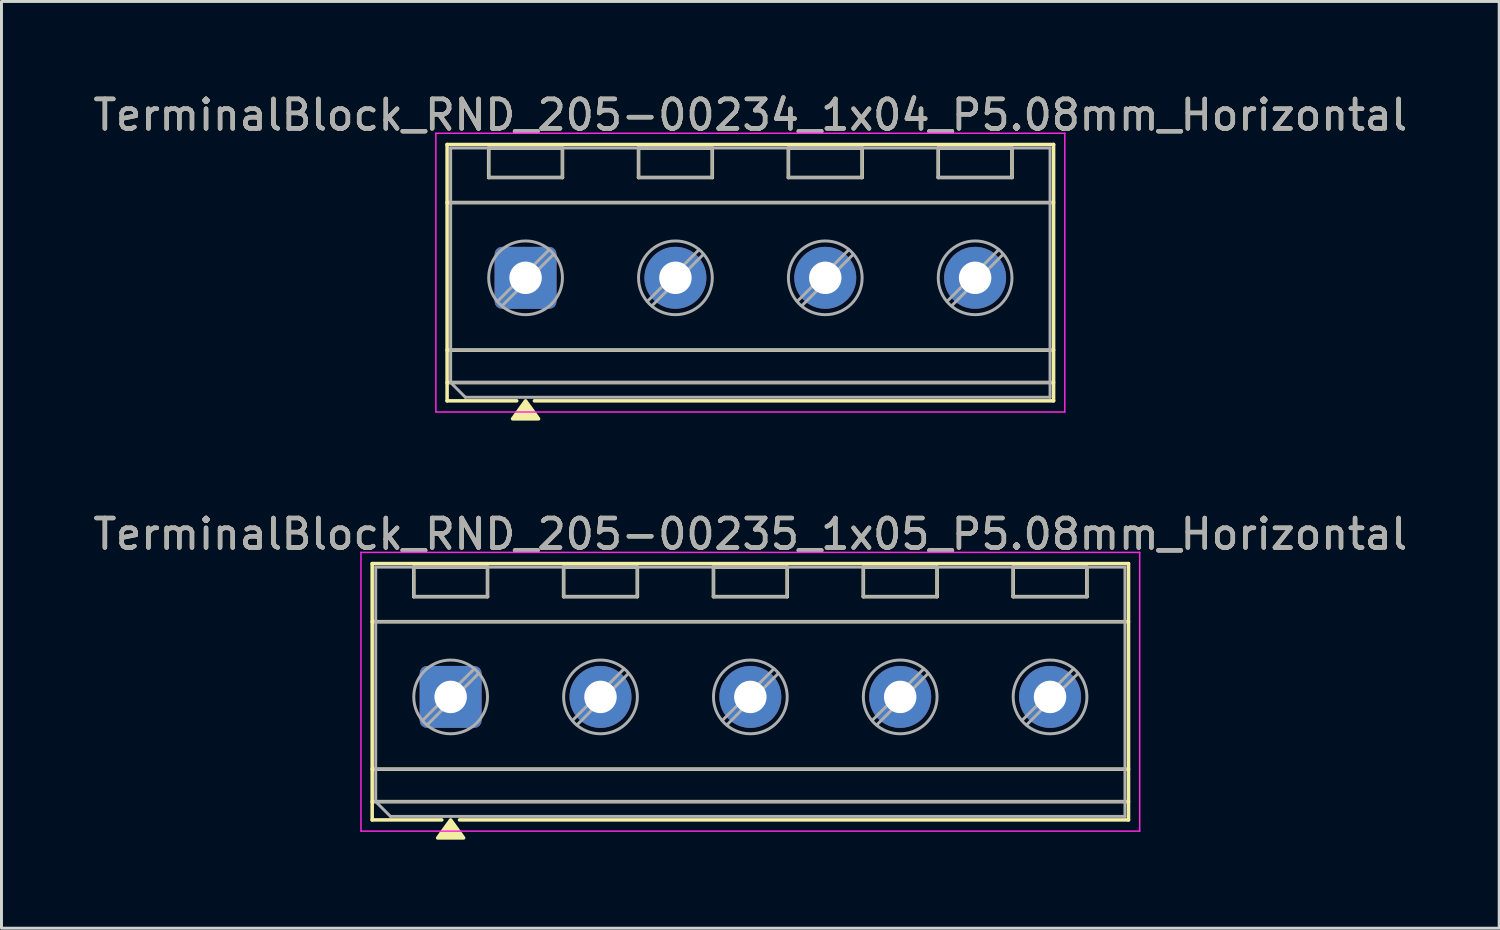
<source format=kicad_pcb>
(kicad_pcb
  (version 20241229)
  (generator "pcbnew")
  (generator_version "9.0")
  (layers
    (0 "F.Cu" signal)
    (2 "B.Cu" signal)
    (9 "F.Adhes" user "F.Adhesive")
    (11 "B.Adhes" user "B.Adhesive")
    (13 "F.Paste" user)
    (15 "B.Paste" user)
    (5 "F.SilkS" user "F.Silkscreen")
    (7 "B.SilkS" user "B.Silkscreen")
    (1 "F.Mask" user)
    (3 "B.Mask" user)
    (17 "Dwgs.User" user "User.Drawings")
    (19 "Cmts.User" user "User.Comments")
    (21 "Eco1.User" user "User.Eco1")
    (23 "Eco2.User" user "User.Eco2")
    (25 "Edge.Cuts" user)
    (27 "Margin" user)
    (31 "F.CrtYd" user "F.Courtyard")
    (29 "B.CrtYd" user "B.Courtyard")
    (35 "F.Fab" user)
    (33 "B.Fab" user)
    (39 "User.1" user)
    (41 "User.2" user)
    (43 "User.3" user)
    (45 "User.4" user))
  (footprint "TerminalBlock_RND_205-00234_1x04_P5.08mm_Horizontal"
    (layer "F.Cu")
    (at 14.767 6.368)
    (property "Reference" "TerminalBlock_RND_205-00234_1x04_P5.08mm_Horizontal" (at 7.62 -5.52 0) (layer "F.SilkS") (effects (font (size 1 1) (thickness 0.15))))
    (attr through_hole)
    (fp_line (start -2.66 -4.52) (end -2.66 4.17) (stroke (width 0.12) (type solid)) (layer "F.SilkS"))
    (fp_line (start -2.66 -4.52) (end 17.9 -4.52) (stroke (width 0.12) (type solid)) (layer "F.SilkS"))
    (fp_line (start -2.66 -2.55) (end 17.9 -2.55) (stroke (width 0.12) (type solid)) (layer "F.SilkS"))
    (fp_line (start -2.66 2.45) (end 17.9 2.45) (stroke (width 0.12) (type solid)) (layer "F.SilkS"))
    (fp_line (start -2.66 3.55) (end 17.9 3.55) (stroke (width 0.12) (type solid)) (layer "F.SilkS"))
    (fp_line (start -2.66 4.17) (end -0.3 4.17) (stroke (width 0.12) (type solid)) (layer "F.SilkS"))
    (fp_line (start -1.25 -4.4) (end -1.25 -3.4) (stroke (width 0.12) (type solid)) (layer "F.SilkS"))
    (fp_line (start -1.25 -4.4) (end 1.25 -4.4) (stroke (width 0.12) (type solid)) (layer "F.SilkS"))
    (fp_line (start -1.25 -3.4) (end 1.25 -3.4) (stroke (width 0.12) (type solid)) (layer "F.SilkS"))
    (fp_line (start 0.3 4.17) (end 17.9 4.17) (stroke (width 0.12) (type solid)) (layer "F.SilkS"))
    (fp_line (start 1.25 -4.4) (end 1.25 -3.4) (stroke (width 0.12) (type solid)) (layer "F.SilkS"))
    (fp_line (start 3.83 -4.4) (end 3.83 -3.4) (stroke (width 0.12) (type solid)) (layer "F.SilkS"))
    (fp_line (start 3.83 -4.4) (end 6.33 -4.4) (stroke (width 0.12) (type solid)) (layer "F.SilkS"))
    (fp_line (start 3.83 -3.4) (end 6.33 -3.4) (stroke (width 0.12) (type solid)) (layer "F.SilkS"))
    (fp_line (start 6.33 -4.4) (end 6.33 -3.4) (stroke (width 0.12) (type solid)) (layer "F.SilkS"))
    (fp_line (start 8.91 -4.4) (end 8.91 -3.4) (stroke (width 0.12) (type solid)) (layer "F.SilkS"))
    (fp_line (start 8.91 -4.4) (end 11.41 -4.4) (stroke (width 0.12) (type solid)) (layer "F.SilkS"))
    (fp_line (start 8.91 -3.4) (end 11.41 -3.4) (stroke (width 0.12) (type solid)) (layer "F.SilkS"))
    (fp_line (start 11.41 -4.4) (end 11.41 -3.4) (stroke (width 0.12) (type solid)) (layer "F.SilkS"))
    (fp_line (start 13.99 -4.4) (end 13.99 -3.4) (stroke (width 0.12) (type solid)) (layer "F.SilkS"))
    (fp_line (start 13.99 -4.4) (end 16.49 -4.4) (stroke (width 0.12) (type solid)) (layer "F.SilkS"))
    (fp_line (start 13.99 -3.4) (end 16.49 -3.4) (stroke (width 0.12) (type solid)) (layer "F.SilkS"))
    (fp_line (start 16.49 -4.4) (end 16.49 -3.4) (stroke (width 0.12) (type solid)) (layer "F.SilkS"))
    (fp_line (start 17.9 -4.52) (end 17.9 4.17) (stroke (width 0.12) (type solid)) (layer "F.SilkS"))
    (fp_poly (pts (xy 0 4.17) (xy 0.44 4.78) (xy -0.44 4.78)) (stroke (width 0.12) (type solid)) (fill yes) (layer "F.SilkS"))
    (fp_line (start -3.04 -4.9) (end -3.04 4.55) (stroke (width 0.05) (type solid)) (layer "F.CrtYd"))
    (fp_line (start -3.04 4.55) (end 18.28 4.55) (stroke (width 0.05) (type solid)) (layer "F.CrtYd"))
    (fp_line (start 18.28 -4.9) (end -3.04 -4.9) (stroke (width 0.05) (type solid)) (layer "F.CrtYd"))
    (fp_line (start 18.28 4.55) (end 18.28 -4.9) (stroke (width 0.05) (type solid)) (layer "F.CrtYd"))
    (fp_line (start -2.54 -4.4) (end 17.78 -4.4) (stroke (width 0.1) (type solid)) (layer "F.Fab"))
    (fp_line (start -2.54 -2.55) (end 17.78 -2.55) (stroke (width 0.1) (type solid)) (layer "F.Fab"))
    (fp_line (start -2.54 2.45) (end 17.78 2.45) (stroke (width 0.1) (type solid)) (layer "F.Fab"))
    (fp_line (start -2.54 3.55) (end -2.54 -4.4) (stroke (width 0.1) (type solid)) (layer "F.Fab"))
    (fp_line (start -2.54 3.55) (end 17.78 3.55) (stroke (width 0.1) (type solid)) (layer "F.Fab"))
    (fp_line (start -2.04 4.05) (end -2.54 3.55) (stroke (width 0.1) (type solid)) (layer "F.Fab"))
    (fp_line (start -1.25 -4.4) (end -1.25 -3.4) (stroke (width 0.1) (type solid)) (layer "F.Fab"))
    (fp_line (start -1.25 -3.4) (end 1.25 -3.4) (stroke (width 0.1) (type solid)) (layer "F.Fab"))
    (fp_line (start 0.795 -0.948) (end -0.948 0.795) (stroke (width 0.1) (type solid)) (layer "F.Fab"))
    (fp_line (start 0.948 -0.795) (end -0.795 0.948) (stroke (width 0.1) (type solid)) (layer "F.Fab"))
    (fp_line (start 1.25 -4.4) (end -1.25 -4.4) (stroke (width 0.1) (type solid)) (layer "F.Fab"))
    (fp_line (start 1.25 -3.4) (end 1.25 -4.4) (stroke (width 0.1) (type solid)) (layer "F.Fab"))
    (fp_line (start 3.83 -4.4) (end 3.83 -3.4) (stroke (width 0.1) (type solid)) (layer "F.Fab"))
    (fp_line (start 3.83 -3.4) (end 6.33 -3.4) (stroke (width 0.1) (type solid)) (layer "F.Fab"))
    (fp_line (start 5.875 -0.948) (end 4.132 0.795) (stroke (width 0.1) (type solid)) (layer "F.Fab"))
    (fp_line (start 6.028 -0.795) (end 4.285 0.948) (stroke (width 0.1) (type solid)) (layer "F.Fab"))
    (fp_line (start 6.33 -4.4) (end 3.83 -4.4) (stroke (width 0.1) (type solid)) (layer "F.Fab"))
    (fp_line (start 6.33 -3.4) (end 6.33 -4.4) (stroke (width 0.1) (type solid)) (layer "F.Fab"))
    (fp_line (start 8.91 -4.4) (end 8.91 -3.4) (stroke (width 0.1) (type solid)) (layer "F.Fab"))
    (fp_line (start 8.91 -3.4) (end 11.41 -3.4) (stroke (width 0.1) (type solid)) (layer "F.Fab"))
    (fp_line (start 10.955 -0.948) (end 9.212 0.795) (stroke (width 0.1) (type solid)) (layer "F.Fab"))
    (fp_line (start 11.108 -0.795) (end 9.365 0.948) (stroke (width 0.1) (type solid)) (layer "F.Fab"))
    (fp_line (start 11.41 -4.4) (end 8.91 -4.4) (stroke (width 0.1) (type solid)) (layer "F.Fab"))
    (fp_line (start 11.41 -3.4) (end 11.41 -4.4) (stroke (width 0.1) (type solid)) (layer "F.Fab"))
    (fp_line (start 13.99 -4.4) (end 13.99 -3.4) (stroke (width 0.1) (type solid)) (layer "F.Fab"))
    (fp_line (start 13.99 -3.4) (end 16.49 -3.4) (stroke (width 0.1) (type solid)) (layer "F.Fab"))
    (fp_line (start 16.035 -0.948) (end 14.292 0.795) (stroke (width 0.1) (type solid)) (layer "F.Fab"))
    (fp_line (start 16.188 -0.795) (end 14.445 0.948) (stroke (width 0.1) (type solid)) (layer "F.Fab"))
    (fp_line (start 16.49 -4.4) (end 13.99 -4.4) (stroke (width 0.1) (type solid)) (layer "F.Fab"))
    (fp_line (start 16.49 -3.4) (end 16.49 -4.4) (stroke (width 0.1) (type solid)) (layer "F.Fab"))
    (fp_line (start 17.78 -4.4) (end 17.78 4.05) (stroke (width 0.1) (type solid)) (layer "F.Fab"))
    (fp_line (start 17.78 4.05) (end -2.04 4.05) (stroke (width 0.1) (type solid)) (layer "F.Fab"))
    (fp_circle (center 0 0) (end 1.25 0) (stroke (width 0.1) (type solid)) (fill no) (layer "F.Fab"))
    (fp_circle (center 5.08 0) (end 6.33 0) (stroke (width 0.1) (type solid)) (fill no) (layer "F.Fab"))
    (fp_circle (center 10.16 0) (end 11.41 0) (stroke (width 0.1) (type solid)) (fill no) (layer "F.Fab"))
    (fp_circle (center 15.24 0) (end 16.49 0) (stroke (width 0.1) (type solid)) (fill no) (layer "F.Fab"))
    (fp_text user "${REFERENCE}" (at 7.62 -5.52 0) (layer "F.Fab") (effects (font (size 1 1) (thickness 0.15))))
    (pad "1" thru_hole roundrect (at 0 0) (size 2.1 2.1) (drill 1.1) (layers "*.Cu" "*.Mask") (roundrect_rratio 0.119))
    (pad "2" thru_hole circle (at 5.08 0) (size 2.1 2.1) (drill 1.1) (layers "*.Cu" "*.Mask"))
    (pad "3" thru_hole circle (at 10.16 0) (size 2.1 2.1) (drill 1.1) (layers "*.Cu" "*.Mask"))
    (pad "4" thru_hole circle (at 15.24 0) (size 2.1 2.1) (drill 1.1) (layers "*.Cu" "*.Mask")))
  (footprint "TerminalBlock_RND_205-00235_1x05_P5.08mm_Horizontal"
    (layer "F.Cu")
    (at 12.227 20.576)
    (property "Reference" "TerminalBlock_RND_205-00235_1x05_P5.08mm_Horizontal" (at 10.16 -5.52 0) (layer "F.SilkS") (effects (font (size 1 1) (thickness 0.15))))
    (attr through_hole)
    (fp_line (start -2.66 -4.52) (end -2.66 4.17) (stroke (width 0.12) (type solid)) (layer "F.SilkS"))
    (fp_line (start -2.66 -4.52) (end 22.98 -4.52) (stroke (width 0.12) (type solid)) (layer "F.SilkS"))
    (fp_line (start -2.66 -2.55) (end 22.98 -2.55) (stroke (width 0.12) (type solid)) (layer "F.SilkS"))
    (fp_line (start -2.66 2.45) (end 22.98 2.45) (stroke (width 0.12) (type solid)) (layer "F.SilkS"))
    (fp_line (start -2.66 3.55) (end 22.98 3.55) (stroke (width 0.12) (type solid)) (layer "F.SilkS"))
    (fp_line (start -2.66 4.17) (end -0.3 4.17) (stroke (width 0.12) (type solid)) (layer "F.SilkS"))
    (fp_line (start -1.25 -4.4) (end -1.25 -3.4) (stroke (width 0.12) (type solid)) (layer "F.SilkS"))
    (fp_line (start -1.25 -4.4) (end 1.25 -4.4) (stroke (width 0.12) (type solid)) (layer "F.SilkS"))
    (fp_line (start -1.25 -3.4) (end 1.25 -3.4) (stroke (width 0.12) (type solid)) (layer "F.SilkS"))
    (fp_line (start 0.3 4.17) (end 22.98 4.17) (stroke (width 0.12) (type solid)) (layer "F.SilkS"))
    (fp_line (start 1.25 -4.4) (end 1.25 -3.4) (stroke (width 0.12) (type solid)) (layer "F.SilkS"))
    (fp_line (start 3.83 -4.4) (end 3.83 -3.4) (stroke (width 0.12) (type solid)) (layer "F.SilkS"))
    (fp_line (start 3.83 -4.4) (end 6.33 -4.4) (stroke (width 0.12) (type solid)) (layer "F.SilkS"))
    (fp_line (start 3.83 -3.4) (end 6.33 -3.4) (stroke (width 0.12) (type solid)) (layer "F.SilkS"))
    (fp_line (start 6.33 -4.4) (end 6.33 -3.4) (stroke (width 0.12) (type solid)) (layer "F.SilkS"))
    (fp_line (start 8.91 -4.4) (end 8.91 -3.4) (stroke (width 0.12) (type solid)) (layer "F.SilkS"))
    (fp_line (start 8.91 -4.4) (end 11.41 -4.4) (stroke (width 0.12) (type solid)) (layer "F.SilkS"))
    (fp_line (start 8.91 -3.4) (end 11.41 -3.4) (stroke (width 0.12) (type solid)) (layer "F.SilkS"))
    (fp_line (start 11.41 -4.4) (end 11.41 -3.4) (stroke (width 0.12) (type solid)) (layer "F.SilkS"))
    (fp_line (start 13.99 -4.4) (end 13.99 -3.4) (stroke (width 0.12) (type solid)) (layer "F.SilkS"))
    (fp_line (start 13.99 -4.4) (end 16.49 -4.4) (stroke (width 0.12) (type solid)) (layer "F.SilkS"))
    (fp_line (start 13.99 -3.4) (end 16.49 -3.4) (stroke (width 0.12) (type solid)) (layer "F.SilkS"))
    (fp_line (start 16.49 -4.4) (end 16.49 -3.4) (stroke (width 0.12) (type solid)) (layer "F.SilkS"))
    (fp_line (start 19.07 -4.4) (end 19.07 -3.4) (stroke (width 0.12) (type solid)) (layer "F.SilkS"))
    (fp_line (start 19.07 -4.4) (end 21.57 -4.4) (stroke (width 0.12) (type solid)) (layer "F.SilkS"))
    (fp_line (start 19.07 -3.4) (end 21.57 -3.4) (stroke (width 0.12) (type solid)) (layer "F.SilkS"))
    (fp_line (start 21.57 -4.4) (end 21.57 -3.4) (stroke (width 0.12) (type solid)) (layer "F.SilkS"))
    (fp_line (start 22.98 -4.52) (end 22.98 4.17) (stroke (width 0.12) (type solid)) (layer "F.SilkS"))
    (fp_poly (pts (xy 0 4.17) (xy 0.44 4.78) (xy -0.44 4.78)) (stroke (width 0.12) (type solid)) (fill yes) (layer "F.SilkS"))
    (fp_line (start -3.04 -4.9) (end -3.04 4.55) (stroke (width 0.05) (type solid)) (layer "F.CrtYd"))
    (fp_line (start -3.04 4.55) (end 23.36 4.55) (stroke (width 0.05) (type solid)) (layer "F.CrtYd"))
    (fp_line (start 23.36 -4.9) (end -3.04 -4.9) (stroke (width 0.05) (type solid)) (layer "F.CrtYd"))
    (fp_line (start 23.36 4.55) (end 23.36 -4.9) (stroke (width 0.05) (type solid)) (layer "F.CrtYd"))
    (fp_line (start -2.54 -4.4) (end 22.86 -4.4) (stroke (width 0.1) (type solid)) (layer "F.Fab"))
    (fp_line (start -2.54 -2.55) (end 22.86 -2.55) (stroke (width 0.1) (type solid)) (layer "F.Fab"))
    (fp_line (start -2.54 2.45) (end 22.86 2.45) (stroke (width 0.1) (type solid)) (layer "F.Fab"))
    (fp_line (start -2.54 3.55) (end -2.54 -4.4) (stroke (width 0.1) (type solid)) (layer "F.Fab"))
    (fp_line (start -2.54 3.55) (end 22.86 3.55) (stroke (width 0.1) (type solid)) (layer "F.Fab"))
    (fp_line (start -2.04 4.05) (end -2.54 3.55) (stroke (width 0.1) (type solid)) (layer "F.Fab"))
    (fp_line (start -1.25 -4.4) (end -1.25 -3.4) (stroke (width 0.1) (type solid)) (layer "F.Fab"))
    (fp_line (start -1.25 -3.4) (end 1.25 -3.4) (stroke (width 0.1) (type solid)) (layer "F.Fab"))
    (fp_line (start 0.795 -0.948) (end -0.948 0.795) (stroke (width 0.1) (type solid)) (layer "F.Fab"))
    (fp_line (start 0.948 -0.795) (end -0.795 0.948) (stroke (width 0.1) (type solid)) (layer "F.Fab"))
    (fp_line (start 1.25 -4.4) (end -1.25 -4.4) (stroke (width 0.1) (type solid)) (layer "F.Fab"))
    (fp_line (start 1.25 -3.4) (end 1.25 -4.4) (stroke (width 0.1) (type solid)) (layer "F.Fab"))
    (fp_line (start 3.83 -4.4) (end 3.83 -3.4) (stroke (width 0.1) (type solid)) (layer "F.Fab"))
    (fp_line (start 3.83 -3.4) (end 6.33 -3.4) (stroke (width 0.1) (type solid)) (layer "F.Fab"))
    (fp_line (start 5.875 -0.948) (end 4.132 0.795) (stroke (width 0.1) (type solid)) (layer "F.Fab"))
    (fp_line (start 6.028 -0.795) (end 4.285 0.948) (stroke (width 0.1) (type solid)) (layer "F.Fab"))
    (fp_line (start 6.33 -4.4) (end 3.83 -4.4) (stroke (width 0.1) (type solid)) (layer "F.Fab"))
    (fp_line (start 6.33 -3.4) (end 6.33 -4.4) (stroke (width 0.1) (type solid)) (layer "F.Fab"))
    (fp_line (start 8.91 -4.4) (end 8.91 -3.4) (stroke (width 0.1) (type solid)) (layer "F.Fab"))
    (fp_line (start 8.91 -3.4) (end 11.41 -3.4) (stroke (width 0.1) (type solid)) (layer "F.Fab"))
    (fp_line (start 10.955 -0.948) (end 9.212 0.795) (stroke (width 0.1) (type solid)) (layer "F.Fab"))
    (fp_line (start 11.108 -0.795) (end 9.365 0.948) (stroke (width 0.1) (type solid)) (layer "F.Fab"))
    (fp_line (start 11.41 -4.4) (end 8.91 -4.4) (stroke (width 0.1) (type solid)) (layer "F.Fab"))
    (fp_line (start 11.41 -3.4) (end 11.41 -4.4) (stroke (width 0.1) (type solid)) (layer "F.Fab"))
    (fp_line (start 13.99 -4.4) (end 13.99 -3.4) (stroke (width 0.1) (type solid)) (layer "F.Fab"))
    (fp_line (start 13.99 -3.4) (end 16.49 -3.4) (stroke (width 0.1) (type solid)) (layer "F.Fab"))
    (fp_line (start 16.035 -0.948) (end 14.292 0.795) (stroke (width 0.1) (type solid)) (layer "F.Fab"))
    (fp_line (start 16.188 -0.795) (end 14.445 0.948) (stroke (width 0.1) (type solid)) (layer "F.Fab"))
    (fp_line (start 16.49 -4.4) (end 13.99 -4.4) (stroke (width 0.1) (type solid)) (layer "F.Fab"))
    (fp_line (start 16.49 -3.4) (end 16.49 -4.4) (stroke (width 0.1) (type solid)) (layer "F.Fab"))
    (fp_line (start 19.07 -4.4) (end 19.07 -3.4) (stroke (width 0.1) (type solid)) (layer "F.Fab"))
    (fp_line (start 19.07 -3.4) (end 21.57 -3.4) (stroke (width 0.1) (type solid)) (layer "F.Fab"))
    (fp_line (start 21.115 -0.948) (end 19.372 0.795) (stroke (width 0.1) (type solid)) (layer "F.Fab"))
    (fp_line (start 21.268 -0.795) (end 19.525 0.948) (stroke (width 0.1) (type solid)) (layer "F.Fab"))
    (fp_line (start 21.57 -4.4) (end 19.07 -4.4) (stroke (width 0.1) (type solid)) (layer "F.Fab"))
    (fp_line (start 21.57 -3.4) (end 21.57 -4.4) (stroke (width 0.1) (type solid)) (layer "F.Fab"))
    (fp_line (start 22.86 -4.4) (end 22.86 4.05) (stroke (width 0.1) (type solid)) (layer "F.Fab"))
    (fp_line (start 22.86 4.05) (end -2.04 4.05) (stroke (width 0.1) (type solid)) (layer "F.Fab"))
    (fp_circle (center 0 0) (end 1.25 0) (stroke (width 0.1) (type solid)) (fill no) (layer "F.Fab"))
    (fp_circle (center 5.08 0) (end 6.33 0) (stroke (width 0.1) (type solid)) (fill no) (layer "F.Fab"))
    (fp_circle (center 10.16 0) (end 11.41 0) (stroke (width 0.1) (type solid)) (fill no) (layer "F.Fab"))
    (fp_circle (center 15.24 0) (end 16.49 0) (stroke (width 0.1) (type solid)) (fill no) (layer "F.Fab"))
    (fp_circle (center 20.32 0) (end 21.57 0) (stroke (width 0.1) (type solid)) (fill no) (layer "F.Fab"))
    (fp_text user "${REFERENCE}" (at 10.16 -5.52 0) (layer "F.Fab") (effects (font (size 1 1) (thickness 0.15))))
    (pad "1" thru_hole roundrect (at 0 0) (size 2.1 2.1) (drill 1.1) (layers "*.Cu" "*.Mask") (roundrect_rratio 0.119))
    (pad "2" thru_hole circle (at 5.08 0) (size 2.1 2.1) (drill 1.1) (layers "*.Cu" "*.Mask"))
    (pad "3" thru_hole circle (at 10.16 0) (size 2.1 2.1) (drill 1.1) (layers "*.Cu" "*.Mask"))
    (pad "4" thru_hole circle (at 15.24 0) (size 2.1 2.1) (drill 1.1) (layers "*.Cu" "*.Mask"))
    (pad "5" thru_hole circle (at 20.32 0) (size 2.1 2.1) (drill 1.1) (layers "*.Cu" "*.Mask")))
  (gr_rect
    (start -3 -3)
    (end 47.774 28.416)
    (stroke (width 0.1) (type default))
    (fill no)
    (layer "Edge.Cuts")))
</source>
